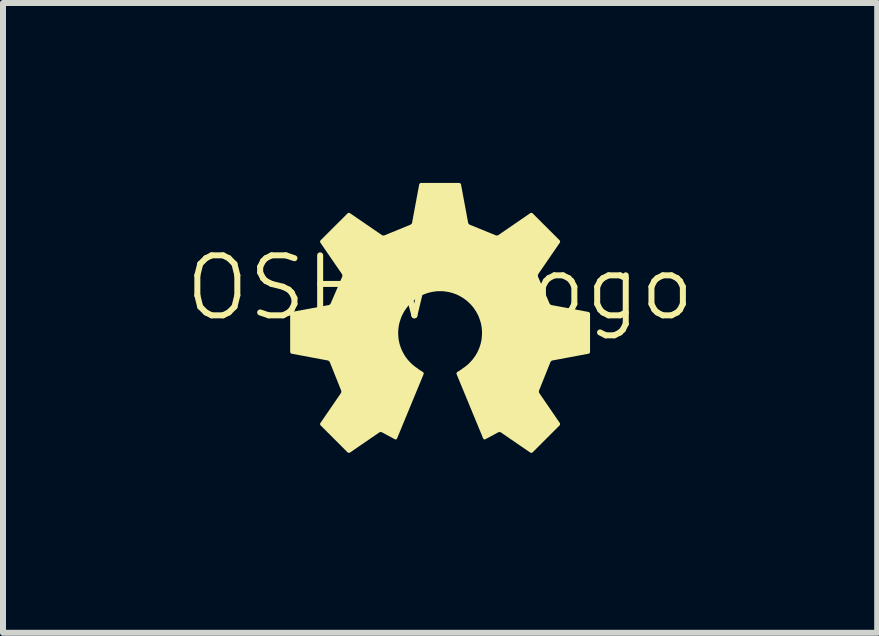
<source format=kicad_pcb>
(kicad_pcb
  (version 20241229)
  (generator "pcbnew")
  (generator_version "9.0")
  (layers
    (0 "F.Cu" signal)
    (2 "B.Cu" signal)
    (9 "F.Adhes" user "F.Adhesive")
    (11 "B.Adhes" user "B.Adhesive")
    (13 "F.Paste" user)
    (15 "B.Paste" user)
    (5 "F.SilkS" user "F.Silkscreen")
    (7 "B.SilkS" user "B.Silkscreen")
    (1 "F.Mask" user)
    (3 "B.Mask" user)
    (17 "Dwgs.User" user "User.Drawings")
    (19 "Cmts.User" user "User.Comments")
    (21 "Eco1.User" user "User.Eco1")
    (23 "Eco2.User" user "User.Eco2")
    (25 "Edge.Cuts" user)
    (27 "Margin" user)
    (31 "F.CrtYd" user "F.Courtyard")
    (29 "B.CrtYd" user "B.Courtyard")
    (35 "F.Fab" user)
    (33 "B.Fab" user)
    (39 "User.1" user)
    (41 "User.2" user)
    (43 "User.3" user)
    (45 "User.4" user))
  (footprint "OSHW Logo"
    (layer "F.Cu")
    (at 4.288 2.25)
    (property "Reference" "OSHW Logo" (at 0 -0.5 0) (unlocked yes) (layer "F.SilkS") (effects (font (size 1 1) (thickness 0.1))))
    (attr smd)
    (fp_poly (pts (xy 0.317 -2.25) (xy 0.319 -2.25) (xy 0.32 -2.25) (xy 0.322 -2.25) (xy 0.323 -2.249) (xy 0.324 -2.249) (xy 0.326 -2.249) (xy 0.327 -2.248) (xy 0.328 -2.248) (xy 0.33 -2.247) (xy 0.331 -2.246) (xy 0.332 -2.246) (xy 0.334 -2.245) (xy 0.335 -2.244) (xy 0.336 -2.243) (xy 0.337 -2.242) (xy 0.338 -2.241) (xy 0.339 -2.24) (xy 0.34 -2.239) (xy 0.341 -2.238) (xy 0.342 -2.237) (xy 0.343 -2.236) (xy 0.344 -2.235) (xy 0.345 -2.234) (xy 0.345 -2.232) (xy 0.346 -2.231) (xy 0.347 -2.23) (xy 0.347 -2.229) (xy 0.348 -2.227) (xy 0.348 -2.226) (xy 0.348 -2.224) (xy 0.349 -2.223) (xy 0.467 -1.588) (xy 0.467 -1.587) (xy 0.468 -1.585) (xy 0.469 -1.582) (xy 0.47 -1.58) (xy 0.471 -1.577) (xy 0.473 -1.574) (xy 0.474 -1.571) (xy 0.476 -1.569) (xy 0.478 -1.566) (xy 0.48 -1.564) (xy 0.483 -1.562) (xy 0.485 -1.56) (xy 0.488 -1.558) (xy 0.49 -1.556) (xy 0.493 -1.554) (xy 0.494 -1.554) (xy 0.496 -1.553) (xy 0.497 -1.553) (xy 0.498 -1.552) (xy 0.924 -1.378) (xy 0.927 -1.377) (xy 0.929 -1.376) (xy 0.932 -1.375) (xy 0.935 -1.374) (xy 0.938 -1.374) (xy 0.942 -1.374) (xy 0.945 -1.374) (xy 0.948 -1.374) (xy 0.951 -1.374) (xy 0.955 -1.375) (xy 0.958 -1.375) (xy 0.961 -1.376) (xy 0.964 -1.377) (xy 0.966 -1.378) (xy 0.969 -1.38) (xy 0.972 -1.381) (xy 1.502 -1.745) (xy 1.503 -1.746) (xy 1.504 -1.747) (xy 1.506 -1.748) (xy 1.507 -1.748) (xy 1.508 -1.749) (xy 1.51 -1.749) (xy 1.511 -1.75) (xy 1.512 -1.75) (xy 1.514 -1.75) (xy 1.515 -1.75) (xy 1.518 -1.751) (xy 1.521 -1.751) (xy 1.524 -1.751) (xy 1.527 -1.75) (xy 1.53 -1.75) (xy 1.532 -1.749) (xy 1.534 -1.748) (xy 1.535 -1.748) (xy 1.536 -1.747) (xy 1.538 -1.747) (xy 1.539 -1.746) (xy 1.54 -1.745) (xy 1.541 -1.744) (xy 1.542 -1.743) (xy 1.543 -1.742) (xy 1.544 -1.741) (xy 1.991 -1.295) (xy 1.992 -1.294) (xy 1.993 -1.293) (xy 1.994 -1.291) (xy 1.995 -1.29) (xy 1.996 -1.289) (xy 1.996 -1.288) (xy 1.998 -1.285) (xy 1.999 -1.283) (xy 1.999 -1.28) (xy 2 -1.277) (xy 2 -1.274) (xy 2.001 -1.271) (xy 2.001 -1.268) (xy 2 -1.266) (xy 2 -1.263) (xy 1.999 -1.26) (xy 1.998 -1.259) (xy 1.998 -1.257) (xy 1.997 -1.256) (xy 1.997 -1.255) (xy 1.996 -1.253) (xy 1.995 -1.252) (xy 1.637 -0.731) (xy 1.636 -0.728) (xy 1.635 -0.726) (xy 1.633 -0.723) (xy 1.632 -0.72) (xy 1.631 -0.717) (xy 1.631 -0.714) (xy 1.63 -0.711) (xy 1.63 -0.708) (xy 1.63 -0.704) (xy 1.63 -0.701) (xy 1.63 -0.698) (xy 1.631 -0.695) (xy 1.631 -0.692) (xy 1.632 -0.689) (xy 1.633 -0.686) (xy 1.634 -0.683) (xy 1.823 -0.244) (xy 1.824 -0.242) (xy 1.825 -0.239) (xy 1.827 -0.236) (xy 1.828 -0.234) (xy 1.83 -0.231) (xy 1.832 -0.229) (xy 1.835 -0.227) (xy 1.837 -0.224) (xy 1.84 -0.222) (xy 1.842 -0.221) (xy 1.845 -0.219) (xy 1.848 -0.217) (xy 1.851 -0.216) (xy 1.853 -0.215) (xy 1.856 -0.214) (xy 1.859 -0.213) (xy 2.473 -0.099) (xy 2.473 -0.099) (xy 2.474 -0.099) (xy 2.476 -0.098) (xy 2.477 -0.098) (xy 2.478 -0.097) (xy 2.48 -0.097) (xy 2.481 -0.096) (xy 2.482 -0.096) (xy 2.483 -0.095) (xy 2.486 -0.093) (xy 2.488 -0.091) (xy 2.49 -0.089) (xy 2.492 -0.087) (xy 2.494 -0.085) (xy 2.495 -0.083) (xy 2.497 -0.08) (xy 2.497 -0.079) (xy 2.498 -0.077) (xy 2.498 -0.076) (xy 2.499 -0.075) (xy 2.499 -0.073) (xy 2.5 -0.072) (xy 2.5 -0.07) (xy 2.5 -0.069) (xy 2.5 -0.068) (xy 2.5 -0.066) (xy 2.5 0.566) (xy 2.5 0.567) (xy 2.5 0.568) (xy 2.5 0.57) (xy 2.499 0.571) (xy 2.499 0.573) (xy 2.499 0.574) (xy 2.498 0.575) (xy 2.498 0.577) (xy 2.497 0.578) (xy 2.497 0.579) (xy 2.496 0.581) (xy 2.495 0.582) (xy 2.495 0.583) (xy 2.494 0.584) (xy 2.493 0.586) (xy 2.492 0.587) (xy 2.491 0.588) (xy 2.49 0.589) (xy 2.489 0.59) (xy 2.488 0.591) (xy 2.487 0.592) (xy 2.486 0.593) (xy 2.485 0.594) (xy 2.483 0.594) (xy 2.482 0.595) (xy 2.481 0.596) (xy 2.48 0.596) (xy 2.478 0.597) (xy 2.477 0.597) (xy 2.476 0.598) (xy 2.474 0.598) (xy 2.473 0.598) (xy 1.874 0.71) (xy 1.873 0.71) (xy 1.871 0.71) (xy 1.87 0.711) (xy 1.868 0.711) (xy 1.865 0.713) (xy 1.863 0.714) (xy 1.86 0.715) (xy 1.857 0.717) (xy 1.855 0.719) (xy 1.852 0.721) (xy 1.85 0.723) (xy 1.848 0.726) (xy 1.846 0.728) (xy 1.844 0.731) (xy 1.842 0.733) (xy 1.841 0.736) (xy 1.839 0.739) (xy 1.839 0.74) (xy 1.838 0.741) (xy 1.651 1.208) (xy 1.65 1.211) (xy 1.649 1.214) (xy 1.649 1.217) (xy 1.648 1.22) (xy 1.648 1.223) (xy 1.647 1.226) (xy 1.647 1.229) (xy 1.647 1.233) (xy 1.648 1.236) (xy 1.648 1.239) (xy 1.649 1.242) (xy 1.65 1.245) (xy 1.651 1.248) (xy 1.652 1.251) (xy 1.653 1.254) (xy 1.655 1.256) (xy 1.995 1.752) (xy 1.996 1.753) (xy 1.997 1.754) (xy 1.997 1.755) (xy 1.998 1.757) (xy 1.998 1.758) (xy 1.999 1.759) (xy 1.999 1.761) (xy 2 1.762) (xy 2 1.764) (xy 2 1.765) (xy 2.001 1.768) (xy 2.001 1.771) (xy 2 1.774) (xy 2 1.776) (xy 1.999 1.779) (xy 1.999 1.782) (xy 1.998 1.783) (xy 1.998 1.785) (xy 1.997 1.786) (xy 1.996 1.787) (xy 1.996 1.789) (xy 1.995 1.79) (xy 1.994 1.791) (xy 1.993 1.792) (xy 1.992 1.793) (xy 1.991 1.794) (xy 1.544 2.241) (xy 1.543 2.242) (xy 1.542 2.243) (xy 1.541 2.244) (xy 1.54 2.245) (xy 1.539 2.245) (xy 1.538 2.246) (xy 1.535 2.247) (xy 1.532 2.248) (xy 1.53 2.249) (xy 1.527 2.25) (xy 1.524 2.25) (xy 1.521 2.25) (xy 1.518 2.25) (xy 1.515 2.25) (xy 1.512 2.249) (xy 1.51 2.249) (xy 1.508 2.248) (xy 1.507 2.248) (xy 1.506 2.247) (xy 1.504 2.246) (xy 1.503 2.246) (xy 1.502 2.245) (xy 1.015 1.911) (xy 1.013 1.909) (xy 1.01 1.908) (xy 1.007 1.907) (xy 1.004 1.906) (xy 1.001 1.905) (xy 0.998 1.904) (xy 0.995 1.904) (xy 0.992 1.904) (xy 0.989 1.904) (xy 0.986 1.904) (xy 0.982 1.904) (xy 0.979 1.905) (xy 0.976 1.906) (xy 0.974 1.907) (xy 0.971 1.908) (xy 0.968 1.909) (xy 0.754 2.024) (xy 0.752 2.024) (xy 0.751 2.025) (xy 0.75 2.025) (xy 0.748 2.026) (xy 0.747 2.026) (xy 0.746 2.026) (xy 0.744 2.026) (xy 0.743 2.027) (xy 0.742 2.027) (xy 0.741 2.027) (xy 0.739 2.026) (xy 0.738 2.026) (xy 0.737 2.026) (xy 0.735 2.026) (xy 0.734 2.025) (xy 0.733 2.025) (xy 0.732 2.025) (xy 0.731 2.024) (xy 0.73 2.023) (xy 0.728 2.023) (xy 0.727 2.022) (xy 0.726 2.021) (xy 0.725 2.021) (xy 0.724 2.02) (xy 0.723 2.019) (xy 0.723 2.018) (xy 0.722 2.017) (xy 0.721 2.016) (xy 0.72 2.014) (xy 0.72 2.013) (xy 0.719 2.012) (xy 0.718 2.011) (xy 0.276 0.941) (xy 0.275 0.939) (xy 0.275 0.938) (xy 0.274 0.937) (xy 0.274 0.935) (xy 0.274 0.934) (xy 0.274 0.933) (xy 0.273 0.931) (xy 0.273 0.93) (xy 0.273 0.928) (xy 0.273 0.927) (xy 0.274 0.925) (xy 0.274 0.924) (xy 0.274 0.923) (xy 0.274 0.921) (xy 0.275 0.92) (xy 0.275 0.919) (xy 0.276 0.917) (xy 0.276 0.916) (xy 0.277 0.915) (xy 0.277 0.913) (xy 0.278 0.912) (xy 0.279 0.911) (xy 0.279 0.91) (xy 0.28 0.908) (xy 0.281 0.907) (xy 0.282 0.906) (xy 0.283 0.905) (xy 0.284 0.904) (xy 0.285 0.903) (xy 0.286 0.902) (xy 0.287 0.902) (xy 0.289 0.901) (xy 0.342 0.868) (xy 0.346 0.865) (xy 0.35 0.863) (xy 0.355 0.86) (xy 0.359 0.856) (xy 0.364 0.853) (xy 0.368 0.849) (xy 0.372 0.846) (xy 0.376 0.842) (xy 0.412 0.818) (xy 0.446 0.791) (xy 0.478 0.763) (xy 0.508 0.732) (xy 0.537 0.7) (xy 0.563 0.666) (xy 0.588 0.631) (xy 0.61 0.594) (xy 0.63 0.555) (xy 0.648 0.515) (xy 0.663 0.474) (xy 0.676 0.432) (xy 0.686 0.389) (xy 0.693 0.345) (xy 0.697 0.299) (xy 0.699 0.253) (xy 0.698 0.217) (xy 0.695 0.182) (xy 0.691 0.147) (xy 0.685 0.112) (xy 0.677 0.079) (xy 0.667 0.046) (xy 0.656 0.013) (xy 0.644 -0.019) (xy 0.63 -0.05) (xy 0.614 -0.08) (xy 0.598 -0.109) (xy 0.579 -0.137) (xy 0.56 -0.165) (xy 0.539 -0.191) (xy 0.517 -0.217) (xy 0.494 -0.241) (xy 0.47 -0.264) (xy 0.444 -0.286) (xy 0.418 -0.307) (xy 0.391 -0.326) (xy 0.362 -0.344) (xy 0.333 -0.361) (xy 0.303 -0.377) (xy 0.272 -0.391) (xy 0.24 -0.403) (xy 0.208 -0.414) (xy 0.175 -0.423) (xy 0.141 -0.431) (xy 0.106 -0.437) (xy 0.071 -0.442) (xy 0.036 -0.445) (xy -0.000001 -0.445) (xy -0.036 -0.445) (xy -0.071 -0.442) (xy -0.106 -0.437) (xy -0.141 -0.431) (xy -0.175 -0.423) (xy -0.208 -0.414) (xy -0.24 -0.403) (xy -0.272 -0.391) (xy -0.303 -0.377) (xy -0.333 -0.361) (xy -0.362 -0.344) (xy -0.391 -0.326) (xy -0.418 -0.307) (xy -0.444 -0.286) (xy -0.47 -0.264) (xy -0.494 -0.241) (xy -0.517 -0.217) (xy -0.539 -0.191) (xy -0.56 -0.165) (xy -0.579 -0.137) (xy -0.598 -0.109) (xy -0.614 -0.08) (xy -0.63 -0.05) (xy -0.644 -0.019) (xy -0.656 0.013) (xy -0.667 0.046) (xy -0.677 0.079) (xy -0.685 0.112) (xy -0.691 0.147) (xy -0.695 0.182) (xy -0.698 0.217) (xy -0.699 0.253) (xy -0.698 0.276) (xy -0.697 0.299) (xy -0.695 0.322) (xy -0.693 0.345) (xy -0.69 0.367) (xy -0.686 0.389) (xy -0.681 0.411) (xy -0.676 0.432) (xy -0.67 0.453) (xy -0.663 0.474) (xy -0.656 0.495) (xy -0.648 0.515) (xy -0.639 0.536) (xy -0.63 0.555) (xy -0.61 0.594) (xy -0.588 0.631) (xy -0.564 0.666) (xy -0.537 0.7) (xy -0.508 0.732) (xy -0.478 0.763) (xy -0.446 0.791) (xy -0.412 0.818) (xy -0.376 0.842) (xy -0.372 0.846) (xy -0.368 0.849) (xy -0.364 0.853) (xy -0.359 0.856) (xy -0.355 0.86) (xy -0.35 0.863) (xy -0.346 0.865) (xy -0.342 0.868) (xy -0.289 0.901) (xy -0.287 0.902) (xy -0.286 0.902) (xy -0.285 0.903) (xy -0.284 0.904) (xy -0.283 0.905) (xy -0.282 0.906) (xy -0.28 0.908) (xy -0.279 0.911) (xy -0.277 0.913) (xy -0.276 0.916) (xy -0.275 0.919) (xy -0.274 0.921) (xy -0.274 0.924) (xy -0.273 0.927) (xy -0.273 0.93) (xy -0.273 0.933) (xy -0.274 0.934) (xy -0.274 0.935) (xy -0.274 0.937) (xy -0.275 0.938) (xy -0.275 0.939) (xy -0.276 0.941) (xy -0.718 2.011) (xy -0.719 2.012) (xy -0.72 2.013) (xy -0.72 2.014) (xy -0.721 2.016) (xy -0.722 2.017) (xy -0.723 2.018) (xy -0.723 2.019) (xy -0.724 2.02) (xy -0.725 2.02) (xy -0.726 2.021) (xy -0.727 2.022) (xy -0.728 2.023) (xy -0.73 2.023) (xy -0.731 2.024) (xy -0.732 2.025) (xy -0.733 2.025) (xy -0.734 2.025) (xy -0.736 2.026) (xy -0.737 2.026) (xy -0.738 2.026) (xy -0.739 2.026) (xy -0.741 2.027) (xy -0.742 2.027) (xy -0.743 2.027) (xy -0.745 2.026) (xy -0.746 2.026) (xy -0.747 2.026) (xy -0.748 2.026) (xy -0.75 2.025) (xy -0.751 2.025) (xy -0.752 2.024) (xy -0.754 2.024) (xy -0.968 1.909) (xy -0.971 1.908) (xy -0.974 1.907) (xy -0.976 1.906) (xy -0.979 1.905) (xy -0.982 1.904) (xy -0.986 1.904) (xy -0.989 1.904) (xy -0.992 1.904) (xy -0.995 1.904) (xy -0.998 1.904) (xy -1.001 1.905) (xy -1.004 1.906) (xy -1.007 1.907) (xy -1.01 1.908) (xy -1.013 1.909) (xy -1.015 1.911) (xy -1.502 2.245) (xy -1.503 2.246) (xy -1.504 2.246) (xy -1.506 2.247) (xy -1.507 2.248) (xy -1.508 2.248) (xy -1.51 2.249) (xy -1.511 2.249) (xy -1.512 2.249) (xy -1.514 2.25) (xy -1.515 2.25) (xy -1.518 2.25) (xy -1.521 2.25) (xy -1.524 2.25) (xy -1.527 2.25) (xy -1.53 2.249) (xy -1.532 2.248) (xy -1.534 2.248) (xy -1.535 2.247) (xy -1.536 2.247) (xy -1.538 2.246) (xy -1.539 2.245) (xy -1.54 2.244) (xy -1.541 2.244) (xy -1.542 2.243) (xy -1.543 2.242) (xy -1.544 2.241) (xy -1.991 1.794) (xy -1.992 1.793) (xy -1.993 1.792) (xy -1.994 1.791) (xy -1.995 1.79) (xy -1.996 1.789) (xy -1.996 1.787) (xy -1.998 1.785) (xy -1.999 1.782) (xy -1.999 1.779) (xy -2 1.776) (xy -2 1.774) (xy -2.001 1.771) (xy -2.001 1.768) (xy -2 1.765) (xy -2 1.762) (xy -1.999 1.759) (xy -1.998 1.758) (xy -1.998 1.757) (xy -1.997 1.755) (xy -1.997 1.754) (xy -1.996 1.753) (xy -1.995 1.752) (xy -1.655 1.256) (xy -1.653 1.254) (xy -1.652 1.251) (xy -1.651 1.248) (xy -1.65 1.245) (xy -1.649 1.242) (xy -1.648 1.239) (xy -1.648 1.236) (xy -1.647 1.233) (xy -1.647 1.229) (xy -1.647 1.226) (xy -1.648 1.223) (xy -1.648 1.22) (xy -1.649 1.217) (xy -1.649 1.214) (xy -1.65 1.211) (xy -1.651 1.208) (xy -1.838 0.741) (xy -1.839 0.74) (xy -1.839 0.739) (xy -1.841 0.736) (xy -1.842 0.733) (xy -1.844 0.731) (xy -1.846 0.728) (xy -1.848 0.726) (xy -1.85 0.723) (xy -1.852 0.721) (xy -1.855 0.719) (xy -1.857 0.717) (xy -1.86 0.715) (xy -1.863 0.714) (xy -1.865 0.712) (xy -1.868 0.711) (xy -1.871 0.71) (xy -1.873 0.71) (xy -1.874 0.71) (xy -2.473 0.598) (xy -2.474 0.598) (xy -2.476 0.598) (xy -2.477 0.597) (xy -2.478 0.597) (xy -2.48 0.596) (xy -2.481 0.596) (xy -2.482 0.595) (xy -2.483 0.594) (xy -2.485 0.593) (xy -2.486 0.593) (xy -2.488 0.591) (xy -2.49 0.589) (xy -2.492 0.587) (xy -2.494 0.584) (xy -2.495 0.582) (xy -2.497 0.579) (xy -2.498 0.577) (xy -2.498 0.575) (xy -2.499 0.574) (xy -2.499 0.573) (xy -2.499 0.571) (xy -2.5 0.57) (xy -2.5 0.568) (xy -2.5 0.567) (xy -2.5 0.566) (xy -2.5 -0.066) (xy -2.5 -0.068) (xy -2.5 -0.069) (xy -2.5 -0.071) (xy -2.499 -0.072) (xy -2.499 -0.073) (xy -2.499 -0.075) (xy -2.498 -0.076) (xy -2.498 -0.077) (xy -2.497 -0.079) (xy -2.497 -0.08) (xy -2.496 -0.081) (xy -2.495 -0.083) (xy -2.495 -0.084) (xy -2.494 -0.085) (xy -2.493 -0.086) (xy -2.492 -0.087) (xy -2.491 -0.088) (xy -2.49 -0.089) (xy -2.489 -0.09) (xy -2.488 -0.091) (xy -2.487 -0.092) (xy -2.486 -0.093) (xy -2.485 -0.094) (xy -2.483 -0.095) (xy -2.482 -0.096) (xy -2.481 -0.096) (xy -2.48 -0.097) (xy -2.478 -0.097) (xy -2.477 -0.098) (xy -2.476 -0.098) (xy -2.474 -0.099) (xy -2.473 -0.099) (xy -1.859 -0.213) (xy -1.858 -0.214) (xy -1.856 -0.214) (xy -1.853 -0.215) (xy -1.85 -0.216) (xy -1.848 -0.217) (xy -1.845 -0.219) (xy -1.842 -0.221) (xy -1.84 -0.222) (xy -1.837 -0.224) (xy -1.835 -0.227) (xy -1.832 -0.229) (xy -1.83 -0.231) (xy -1.828 -0.234) (xy -1.827 -0.236) (xy -1.825 -0.239) (xy -1.824 -0.242) (xy -1.823 -0.243) (xy -1.823 -0.244) (xy -1.634 -0.683) (xy -1.633 -0.686) (xy -1.632 -0.689) (xy -1.631 -0.692) (xy -1.631 -0.695) (xy -1.63 -0.698) (xy -1.63 -0.701) (xy -1.63 -0.704) (xy -1.63 -0.708) (xy -1.63 -0.711) (xy -1.631 -0.714) (xy -1.631 -0.717) (xy -1.632 -0.72) (xy -1.633 -0.723) (xy -1.634 -0.726) (xy -1.636 -0.728) (xy -1.637 -0.731) (xy -1.995 -1.252) (xy -1.996 -1.253) (xy -1.997 -1.255) (xy -1.997 -1.256) (xy -1.998 -1.257) (xy -1.998 -1.259) (xy -1.999 -1.26) (xy -1.999 -1.261) (xy -2 -1.263) (xy -2 -1.264) (xy -2 -1.266) (xy -2 -1.268) (xy -2.001 -1.271) (xy -2 -1.274) (xy -2 -1.277) (xy -1.999 -1.28) (xy -1.999 -1.283) (xy -1.998 -1.284) (xy -1.998 -1.285) (xy -1.997 -1.287) (xy -1.996 -1.288) (xy -1.996 -1.289) (xy -1.995 -1.29) (xy -1.994 -1.291) (xy -1.993 -1.293) (xy -1.992 -1.294) (xy -1.991 -1.295) (xy -1.544 -1.741) (xy -1.543 -1.742) (xy -1.542 -1.743) (xy -1.541 -1.744) (xy -1.54 -1.745) (xy -1.539 -1.746) (xy -1.538 -1.747) (xy -1.535 -1.748) (xy -1.532 -1.749) (xy -1.53 -1.75) (xy -1.527 -1.75) (xy -1.524 -1.751) (xy -1.521 -1.751) (xy -1.518 -1.751) (xy -1.515 -1.75) (xy -1.512 -1.75) (xy -1.51 -1.749) (xy -1.508 -1.749) (xy -1.507 -1.748) (xy -1.506 -1.748) (xy -1.504 -1.747) (xy -1.503 -1.746) (xy -1.502 -1.745) (xy -0.971 -1.381) (xy -0.969 -1.38) (xy -0.966 -1.378) (xy -0.964 -1.377) (xy -0.961 -1.376) (xy -0.958 -1.375) (xy -0.954 -1.375) (xy -0.951 -1.374) (xy -0.948 -1.374) (xy -0.945 -1.374) (xy -0.942 -1.374) (xy -0.938 -1.374) (xy -0.935 -1.374) (xy -0.932 -1.375) (xy -0.929 -1.376) (xy -0.926 -1.377) (xy -0.924 -1.378) (xy -0.498 -1.552) (xy -0.495 -1.553) (xy -0.493 -1.554) (xy -0.49 -1.556) (xy -0.488 -1.558) (xy -0.485 -1.56) (xy -0.483 -1.562) (xy -0.48 -1.564) (xy -0.478 -1.566) (xy -0.476 -1.569) (xy -0.474 -1.571) (xy -0.472 -1.574) (xy -0.471 -1.577) (xy -0.469 -1.58) (xy -0.468 -1.582) (xy -0.467 -1.585) (xy -0.467 -1.588) (xy -0.349 -2.223) (xy -0.348 -2.224) (xy -0.348 -2.226) (xy -0.348 -2.227) (xy -0.347 -2.229) (xy -0.346 -2.23) (xy -0.346 -2.231) (xy -0.345 -2.232) (xy -0.344 -2.234) (xy -0.344 -2.235) (xy -0.343 -2.236) (xy -0.341 -2.238) (xy -0.339 -2.24) (xy -0.337 -2.242) (xy -0.335 -2.244) (xy -0.332 -2.246) (xy -0.33 -2.247) (xy -0.328 -2.248) (xy -0.327 -2.248) (xy -0.326 -2.249) (xy -0.324 -2.249) (xy -0.323 -2.249) (xy -0.322 -2.25) (xy -0.32 -2.25) (xy -0.319 -2.25) (xy -0.317 -2.25) (xy -0.316 -2.25) (xy 0.316 -2.25)) (stroke (width 0) (type solid)) (fill yes) (layer "F.SilkS")))
  (gr_rect
    (start -3 -3)
    (end 11.576 7.501)
    (stroke (width 0.1) (type default))
    (fill no)
    (layer "Edge.Cuts")))
</source>
